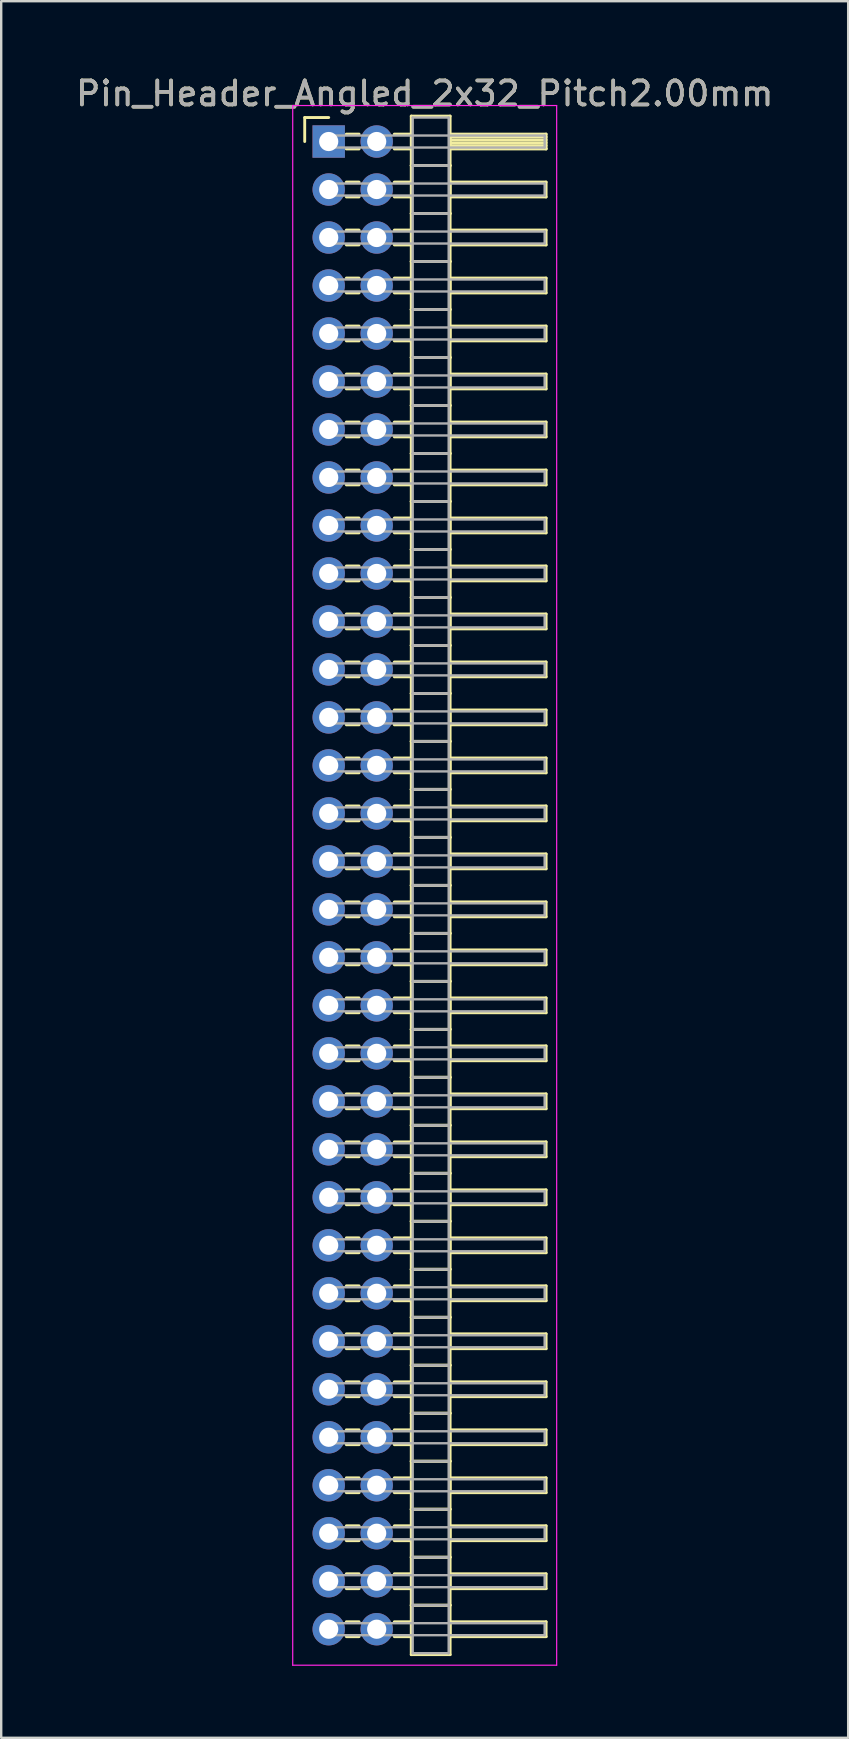
<source format=kicad_pcb>
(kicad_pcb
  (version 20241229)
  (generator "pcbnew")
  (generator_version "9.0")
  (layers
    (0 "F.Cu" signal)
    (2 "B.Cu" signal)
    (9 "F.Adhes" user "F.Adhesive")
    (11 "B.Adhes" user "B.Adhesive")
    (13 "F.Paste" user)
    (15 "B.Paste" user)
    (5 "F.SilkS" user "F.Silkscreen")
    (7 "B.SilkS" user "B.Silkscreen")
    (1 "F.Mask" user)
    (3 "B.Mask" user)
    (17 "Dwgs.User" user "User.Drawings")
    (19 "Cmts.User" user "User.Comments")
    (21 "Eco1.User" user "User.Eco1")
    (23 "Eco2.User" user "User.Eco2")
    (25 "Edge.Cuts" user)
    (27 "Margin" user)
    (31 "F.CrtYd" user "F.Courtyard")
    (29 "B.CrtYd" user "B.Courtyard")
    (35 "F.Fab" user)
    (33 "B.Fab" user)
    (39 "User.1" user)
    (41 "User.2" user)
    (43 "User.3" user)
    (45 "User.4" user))
  (footprint "Pin_Header_Angled_2x32_Pitch2.00mm"
    (layer "F.Cu")
    (at 10.649 2.848)
    (property "Reference" "Pin_Header_Angled_2x32_Pitch2.00mm" (at 4 -2 0) (layer "F.SilkS") (effects (font (size 1 1) (thickness 0.15))))
    (attr through_hole)
    (fp_line (start -1 -1) (end 0 -1) (stroke (width 0.12) (type solid)) (layer "F.SilkS"))
    (fp_line (start -1 0) (end -1 -1) (stroke (width 0.12) (type solid)) (layer "F.SilkS"))
    (fp_line (start 0.735 -0.31) (end 1.265 -0.31) (stroke (width 0.12) (type solid)) (layer "F.SilkS"))
    (fp_line (start 0.735 0.31) (end 1.265 0.31) (stroke (width 0.12) (type solid)) (layer "F.SilkS"))
    (fp_line (start 0.735 1.69) (end 1.265 1.69) (stroke (width 0.12) (type solid)) (layer "F.SilkS"))
    (fp_line (start 0.735 2.31) (end 1.265 2.31) (stroke (width 0.12) (type solid)) (layer "F.SilkS"))
    (fp_line (start 0.735 3.69) (end 1.265 3.69) (stroke (width 0.12) (type solid)) (layer "F.SilkS"))
    (fp_line (start 0.735 4.31) (end 1.265 4.31) (stroke (width 0.12) (type solid)) (layer "F.SilkS"))
    (fp_line (start 0.735 5.69) (end 1.265 5.69) (stroke (width 0.12) (type solid)) (layer "F.SilkS"))
    (fp_line (start 0.735 6.31) (end 1.265 6.31) (stroke (width 0.12) (type solid)) (layer "F.SilkS"))
    (fp_line (start 0.735 7.69) (end 1.265 7.69) (stroke (width 0.12) (type solid)) (layer "F.SilkS"))
    (fp_line (start 0.735 8.31) (end 1.265 8.31) (stroke (width 0.12) (type solid)) (layer "F.SilkS"))
    (fp_line (start 0.735 9.69) (end 1.265 9.69) (stroke (width 0.12) (type solid)) (layer "F.SilkS"))
    (fp_line (start 0.735 10.31) (end 1.265 10.31) (stroke (width 0.12) (type solid)) (layer "F.SilkS"))
    (fp_line (start 0.735 11.69) (end 1.265 11.69) (stroke (width 0.12) (type solid)) (layer "F.SilkS"))
    (fp_line (start 0.735 12.31) (end 1.265 12.31) (stroke (width 0.12) (type solid)) (layer "F.SilkS"))
    (fp_line (start 0.735 13.69) (end 1.265 13.69) (stroke (width 0.12) (type solid)) (layer "F.SilkS"))
    (fp_line (start 0.735 14.31) (end 1.265 14.31) (stroke (width 0.12) (type solid)) (layer "F.SilkS"))
    (fp_line (start 0.735 15.69) (end 1.265 15.69) (stroke (width 0.12) (type solid)) (layer "F.SilkS"))
    (fp_line (start 0.735 16.31) (end 1.265 16.31) (stroke (width 0.12) (type solid)) (layer "F.SilkS"))
    (fp_line (start 0.735 17.69) (end 1.265 17.69) (stroke (width 0.12) (type solid)) (layer "F.SilkS"))
    (fp_line (start 0.735 18.31) (end 1.265 18.31) (stroke (width 0.12) (type solid)) (layer "F.SilkS"))
    (fp_line (start 0.735 19.69) (end 1.265 19.69) (stroke (width 0.12) (type solid)) (layer "F.SilkS"))
    (fp_line (start 0.735 20.31) (end 1.265 20.31) (stroke (width 0.12) (type solid)) (layer "F.SilkS"))
    (fp_line (start 0.735 21.69) (end 1.265 21.69) (stroke (width 0.12) (type solid)) (layer "F.SilkS"))
    (fp_line (start 0.735 22.31) (end 1.265 22.31) (stroke (width 0.12) (type solid)) (layer "F.SilkS"))
    (fp_line (start 0.735 23.69) (end 1.265 23.69) (stroke (width 0.12) (type solid)) (layer "F.SilkS"))
    (fp_line (start 0.735 24.31) (end 1.265 24.31) (stroke (width 0.12) (type solid)) (layer "F.SilkS"))
    (fp_line (start 0.735 25.69) (end 1.265 25.69) (stroke (width 0.12) (type solid)) (layer "F.SilkS"))
    (fp_line (start 0.735 26.31) (end 1.265 26.31) (stroke (width 0.12) (type solid)) (layer "F.SilkS"))
    (fp_line (start 0.735 27.69) (end 1.265 27.69) (stroke (width 0.12) (type solid)) (layer "F.SilkS"))
    (fp_line (start 0.735 28.31) (end 1.265 28.31) (stroke (width 0.12) (type solid)) (layer "F.SilkS"))
    (fp_line (start 0.735 29.69) (end 1.265 29.69) (stroke (width 0.12) (type solid)) (layer "F.SilkS"))
    (fp_line (start 0.735 30.31) (end 1.265 30.31) (stroke (width 0.12) (type solid)) (layer "F.SilkS"))
    (fp_line (start 0.735 31.69) (end 1.265 31.69) (stroke (width 0.12) (type solid)) (layer "F.SilkS"))
    (fp_line (start 0.735 32.31) (end 1.265 32.31) (stroke (width 0.12) (type solid)) (layer "F.SilkS"))
    (fp_line (start 0.735 33.69) (end 1.265 33.69) (stroke (width 0.12) (type solid)) (layer "F.SilkS"))
    (fp_line (start 0.735 34.31) (end 1.265 34.31) (stroke (width 0.12) (type solid)) (layer "F.SilkS"))
    (fp_line (start 0.735 35.69) (end 1.265 35.69) (stroke (width 0.12) (type solid)) (layer "F.SilkS"))
    (fp_line (start 0.735 36.31) (end 1.265 36.31) (stroke (width 0.12) (type solid)) (layer "F.SilkS"))
    (fp_line (start 0.735 37.69) (end 1.265 37.69) (stroke (width 0.12) (type solid)) (layer "F.SilkS"))
    (fp_line (start 0.735 38.31) (end 1.265 38.31) (stroke (width 0.12) (type solid)) (layer "F.SilkS"))
    (fp_line (start 0.735 39.69) (end 1.265 39.69) (stroke (width 0.12) (type solid)) (layer "F.SilkS"))
    (fp_line (start 0.735 40.31) (end 1.265 40.31) (stroke (width 0.12) (type solid)) (layer "F.SilkS"))
    (fp_line (start 0.735 41.69) (end 1.265 41.69) (stroke (width 0.12) (type solid)) (layer "F.SilkS"))
    (fp_line (start 0.735 42.31) (end 1.265 42.31) (stroke (width 0.12) (type solid)) (layer "F.SilkS"))
    (fp_line (start 0.735 43.69) (end 1.265 43.69) (stroke (width 0.12) (type solid)) (layer "F.SilkS"))
    (fp_line (start 0.735 44.31) (end 1.265 44.31) (stroke (width 0.12) (type solid)) (layer "F.SilkS"))
    (fp_line (start 0.735 45.69) (end 1.265 45.69) (stroke (width 0.12) (type solid)) (layer "F.SilkS"))
    (fp_line (start 0.735 46.31) (end 1.265 46.31) (stroke (width 0.12) (type solid)) (layer "F.SilkS"))
    (fp_line (start 0.735 47.69) (end 1.265 47.69) (stroke (width 0.12) (type solid)) (layer "F.SilkS"))
    (fp_line (start 0.735 48.31) (end 1.265 48.31) (stroke (width 0.12) (type solid)) (layer "F.SilkS"))
    (fp_line (start 0.735 49.69) (end 1.265 49.69) (stroke (width 0.12) (type solid)) (layer "F.SilkS"))
    (fp_line (start 0.735 50.31) (end 1.265 50.31) (stroke (width 0.12) (type solid)) (layer "F.SilkS"))
    (fp_line (start 0.735 51.69) (end 1.265 51.69) (stroke (width 0.12) (type solid)) (layer "F.SilkS"))
    (fp_line (start 0.735 52.31) (end 1.265 52.31) (stroke (width 0.12) (type solid)) (layer "F.SilkS"))
    (fp_line (start 0.735 53.69) (end 1.265 53.69) (stroke (width 0.12) (type solid)) (layer "F.SilkS"))
    (fp_line (start 0.735 54.31) (end 1.265 54.31) (stroke (width 0.12) (type solid)) (layer "F.SilkS"))
    (fp_line (start 0.735 55.69) (end 1.265 55.69) (stroke (width 0.12) (type solid)) (layer "F.SilkS"))
    (fp_line (start 0.735 56.31) (end 1.265 56.31) (stroke (width 0.12) (type solid)) (layer "F.SilkS"))
    (fp_line (start 0.735 57.69) (end 1.265 57.69) (stroke (width 0.12) (type solid)) (layer "F.SilkS"))
    (fp_line (start 0.735 58.31) (end 1.265 58.31) (stroke (width 0.12) (type solid)) (layer "F.SilkS"))
    (fp_line (start 0.735 59.69) (end 1.265 59.69) (stroke (width 0.12) (type solid)) (layer "F.SilkS"))
    (fp_line (start 0.735 60.31) (end 1.265 60.31) (stroke (width 0.12) (type solid)) (layer "F.SilkS"))
    (fp_line (start 0.735 61.69) (end 1.265 61.69) (stroke (width 0.12) (type solid)) (layer "F.SilkS"))
    (fp_line (start 0.735 62.31) (end 1.265 62.31) (stroke (width 0.12) (type solid)) (layer "F.SilkS"))
    (fp_line (start 2.735 -0.31) (end 3.44 -0.31) (stroke (width 0.12) (type solid)) (layer "F.SilkS"))
    (fp_line (start 2.735 0.31) (end 3.44 0.31) (stroke (width 0.12) (type solid)) (layer "F.SilkS"))
    (fp_line (start 2.735 1.69) (end 3.44 1.69) (stroke (width 0.12) (type solid)) (layer "F.SilkS"))
    (fp_line (start 2.735 2.31) (end 3.44 2.31) (stroke (width 0.12) (type solid)) (layer "F.SilkS"))
    (fp_line (start 2.735 3.69) (end 3.44 3.69) (stroke (width 0.12) (type solid)) (layer "F.SilkS"))
    (fp_line (start 2.735 4.31) (end 3.44 4.31) (stroke (width 0.12) (type solid)) (layer "F.SilkS"))
    (fp_line (start 2.735 5.69) (end 3.44 5.69) (stroke (width 0.12) (type solid)) (layer "F.SilkS"))
    (fp_line (start 2.735 6.31) (end 3.44 6.31) (stroke (width 0.12) (type solid)) (layer "F.SilkS"))
    (fp_line (start 2.735 7.69) (end 3.44 7.69) (stroke (width 0.12) (type solid)) (layer "F.SilkS"))
    (fp_line (start 2.735 8.31) (end 3.44 8.31) (stroke (width 0.12) (type solid)) (layer "F.SilkS"))
    (fp_line (start 2.735 9.69) (end 3.44 9.69) (stroke (width 0.12) (type solid)) (layer "F.SilkS"))
    (fp_line (start 2.735 10.31) (end 3.44 10.31) (stroke (width 0.12) (type solid)) (layer "F.SilkS"))
    (fp_line (start 2.735 11.69) (end 3.44 11.69) (stroke (width 0.12) (type solid)) (layer "F.SilkS"))
    (fp_line (start 2.735 12.31) (end 3.44 12.31) (stroke (width 0.12) (type solid)) (layer "F.SilkS"))
    (fp_line (start 2.735 13.69) (end 3.44 13.69) (stroke (width 0.12) (type solid)) (layer "F.SilkS"))
    (fp_line (start 2.735 14.31) (end 3.44 14.31) (stroke (width 0.12) (type solid)) (layer "F.SilkS"))
    (fp_line (start 2.735 15.69) (end 3.44 15.69) (stroke (width 0.12) (type solid)) (layer "F.SilkS"))
    (fp_line (start 2.735 16.31) (end 3.44 16.31) (stroke (width 0.12) (type solid)) (layer "F.SilkS"))
    (fp_line (start 2.735 17.69) (end 3.44 17.69) (stroke (width 0.12) (type solid)) (layer "F.SilkS"))
    (fp_line (start 2.735 18.31) (end 3.44 18.31) (stroke (width 0.12) (type solid)) (layer "F.SilkS"))
    (fp_line (start 2.735 19.69) (end 3.44 19.69) (stroke (width 0.12) (type solid)) (layer "F.SilkS"))
    (fp_line (start 2.735 20.31) (end 3.44 20.31) (stroke (width 0.12) (type solid)) (layer "F.SilkS"))
    (fp_line (start 2.735 21.69) (end 3.44 21.69) (stroke (width 0.12) (type solid)) (layer "F.SilkS"))
    (fp_line (start 2.735 22.31) (end 3.44 22.31) (stroke (width 0.12) (type solid)) (layer "F.SilkS"))
    (fp_line (start 2.735 23.69) (end 3.44 23.69) (stroke (width 0.12) (type solid)) (layer "F.SilkS"))
    (fp_line (start 2.735 24.31) (end 3.44 24.31) (stroke (width 0.12) (type solid)) (layer "F.SilkS"))
    (fp_line (start 2.735 25.69) (end 3.44 25.69) (stroke (width 0.12) (type solid)) (layer "F.SilkS"))
    (fp_line (start 2.735 26.31) (end 3.44 26.31) (stroke (width 0.12) (type solid)) (layer "F.SilkS"))
    (fp_line (start 2.735 27.69) (end 3.44 27.69) (stroke (width 0.12) (type solid)) (layer "F.SilkS"))
    (fp_line (start 2.735 28.31) (end 3.44 28.31) (stroke (width 0.12) (type solid)) (layer "F.SilkS"))
    (fp_line (start 2.735 29.69) (end 3.44 29.69) (stroke (width 0.12) (type solid)) (layer "F.SilkS"))
    (fp_line (start 2.735 30.31) (end 3.44 30.31) (stroke (width 0.12) (type solid)) (layer "F.SilkS"))
    (fp_line (start 2.735 31.69) (end 3.44 31.69) (stroke (width 0.12) (type solid)) (layer "F.SilkS"))
    (fp_line (start 2.735 32.31) (end 3.44 32.31) (stroke (width 0.12) (type solid)) (layer "F.SilkS"))
    (fp_line (start 2.735 33.69) (end 3.44 33.69) (stroke (width 0.12) (type solid)) (layer "F.SilkS"))
    (fp_line (start 2.735 34.31) (end 3.44 34.31) (stroke (width 0.12) (type solid)) (layer "F.SilkS"))
    (fp_line (start 2.735 35.69) (end 3.44 35.69) (stroke (width 0.12) (type solid)) (layer "F.SilkS"))
    (fp_line (start 2.735 36.31) (end 3.44 36.31) (stroke (width 0.12) (type solid)) (layer "F.SilkS"))
    (fp_line (start 2.735 37.69) (end 3.44 37.69) (stroke (width 0.12) (type solid)) (layer "F.SilkS"))
    (fp_line (start 2.735 38.31) (end 3.44 38.31) (stroke (width 0.12) (type solid)) (layer "F.SilkS"))
    (fp_line (start 2.735 39.69) (end 3.44 39.69) (stroke (width 0.12) (type solid)) (layer "F.SilkS"))
    (fp_line (start 2.735 40.31) (end 3.44 40.31) (stroke (width 0.12) (type solid)) (layer "F.SilkS"))
    (fp_line (start 2.735 41.69) (end 3.44 41.69) (stroke (width 0.12) (type solid)) (layer "F.SilkS"))
    (fp_line (start 2.735 42.31) (end 3.44 42.31) (stroke (width 0.12) (type solid)) (layer "F.SilkS"))
    (fp_line (start 2.735 43.69) (end 3.44 43.69) (stroke (width 0.12) (type solid)) (layer "F.SilkS"))
    (fp_line (start 2.735 44.31) (end 3.44 44.31) (stroke (width 0.12) (type solid)) (layer "F.SilkS"))
    (fp_line (start 2.735 45.69) (end 3.44 45.69) (stroke (width 0.12) (type solid)) (layer "F.SilkS"))
    (fp_line (start 2.735 46.31) (end 3.44 46.31) (stroke (width 0.12) (type solid)) (layer "F.SilkS"))
    (fp_line (start 2.735 47.69) (end 3.44 47.69) (stroke (width 0.12) (type solid)) (layer "F.SilkS"))
    (fp_line (start 2.735 48.31) (end 3.44 48.31) (stroke (width 0.12) (type solid)) (layer "F.SilkS"))
    (fp_line (start 2.735 49.69) (end 3.44 49.69) (stroke (width 0.12) (type solid)) (layer "F.SilkS"))
    (fp_line (start 2.735 50.31) (end 3.44 50.31) (stroke (width 0.12) (type solid)) (layer "F.SilkS"))
    (fp_line (start 2.735 51.69) (end 3.44 51.69) (stroke (width 0.12) (type solid)) (layer "F.SilkS"))
    (fp_line (start 2.735 52.31) (end 3.44 52.31) (stroke (width 0.12) (type solid)) (layer "F.SilkS"))
    (fp_line (start 2.735 53.69) (end 3.44 53.69) (stroke (width 0.12) (type solid)) (layer "F.SilkS"))
    (fp_line (start 2.735 54.31) (end 3.44 54.31) (stroke (width 0.12) (type solid)) (layer "F.SilkS"))
    (fp_line (start 2.735 55.69) (end 3.44 55.69) (stroke (width 0.12) (type solid)) (layer "F.SilkS"))
    (fp_line (start 2.735 56.31) (end 3.44 56.31) (stroke (width 0.12) (type solid)) (layer "F.SilkS"))
    (fp_line (start 2.735 57.69) (end 3.44 57.69) (stroke (width 0.12) (type solid)) (layer "F.SilkS"))
    (fp_line (start 2.735 58.31) (end 3.44 58.31) (stroke (width 0.12) (type solid)) (layer "F.SilkS"))
    (fp_line (start 2.735 59.69) (end 3.44 59.69) (stroke (width 0.12) (type solid)) (layer "F.SilkS"))
    (fp_line (start 2.735 60.31) (end 3.44 60.31) (stroke (width 0.12) (type solid)) (layer "F.SilkS"))
    (fp_line (start 2.735 61.69) (end 3.44 61.69) (stroke (width 0.12) (type solid)) (layer "F.SilkS"))
    (fp_line (start 2.735 62.31) (end 3.44 62.31) (stroke (width 0.12) (type solid)) (layer "F.SilkS"))
    (fp_line (start 3.44 -1.06) (end 3.44 1) (stroke (width 0.12) (type solid)) (layer "F.SilkS"))
    (fp_line (start 3.44 1) (end 3.44 3) (stroke (width 0.12) (type solid)) (layer "F.SilkS"))
    (fp_line (start 3.44 1) (end 5.06 1) (stroke (width 0.12) (type solid)) (layer "F.SilkS"))
    (fp_line (start 3.44 3) (end 3.44 5) (stroke (width 0.12) (type solid)) (layer "F.SilkS"))
    (fp_line (start 3.44 3) (end 5.06 3) (stroke (width 0.12) (type solid)) (layer "F.SilkS"))
    (fp_line (start 3.44 5) (end 3.44 7) (stroke (width 0.12) (type solid)) (layer "F.SilkS"))
    (fp_line (start 3.44 5) (end 5.06 5) (stroke (width 0.12) (type solid)) (layer "F.SilkS"))
    (fp_line (start 3.44 7) (end 3.44 9) (stroke (width 0.12) (type solid)) (layer "F.SilkS"))
    (fp_line (start 3.44 7) (end 5.06 7) (stroke (width 0.12) (type solid)) (layer "F.SilkS"))
    (fp_line (start 3.44 9) (end 3.44 11) (stroke (width 0.12) (type solid)) (layer "F.SilkS"))
    (fp_line (start 3.44 9) (end 5.06 9) (stroke (width 0.12) (type solid)) (layer "F.SilkS"))
    (fp_line (start 3.44 11) (end 3.44 13) (stroke (width 0.12) (type solid)) (layer "F.SilkS"))
    (fp_line (start 3.44 11) (end 5.06 11) (stroke (width 0.12) (type solid)) (layer "F.SilkS"))
    (fp_line (start 3.44 13) (end 3.44 15) (stroke (width 0.12) (type solid)) (layer "F.SilkS"))
    (fp_line (start 3.44 13) (end 5.06 13) (stroke (width 0.12) (type solid)) (layer "F.SilkS"))
    (fp_line (start 3.44 15) (end 3.44 17) (stroke (width 0.12) (type solid)) (layer "F.SilkS"))
    (fp_line (start 3.44 15) (end 5.06 15) (stroke (width 0.12) (type solid)) (layer "F.SilkS"))
    (fp_line (start 3.44 17) (end 3.44 19) (stroke (width 0.12) (type solid)) (layer "F.SilkS"))
    (fp_line (start 3.44 17) (end 5.06 17) (stroke (width 0.12) (type solid)) (layer "F.SilkS"))
    (fp_line (start 3.44 19) (end 3.44 21) (stroke (width 0.12) (type solid)) (layer "F.SilkS"))
    (fp_line (start 3.44 19) (end 5.06 19) (stroke (width 0.12) (type solid)) (layer "F.SilkS"))
    (fp_line (start 3.44 21) (end 3.44 23) (stroke (width 0.12) (type solid)) (layer "F.SilkS"))
    (fp_line (start 3.44 21) (end 5.06 21) (stroke (width 0.12) (type solid)) (layer "F.SilkS"))
    (fp_line (start 3.44 23) (end 3.44 25) (stroke (width 0.12) (type solid)) (layer "F.SilkS"))
    (fp_line (start 3.44 23) (end 5.06 23) (stroke (width 0.12) (type solid)) (layer "F.SilkS"))
    (fp_line (start 3.44 25) (end 3.44 27) (stroke (width 0.12) (type solid)) (layer "F.SilkS"))
    (fp_line (start 3.44 25) (end 5.06 25) (stroke (width 0.12) (type solid)) (layer "F.SilkS"))
    (fp_line (start 3.44 27) (end 3.44 29) (stroke (width 0.12) (type solid)) (layer "F.SilkS"))
    (fp_line (start 3.44 27) (end 5.06 27) (stroke (width 0.12) (type solid)) (layer "F.SilkS"))
    (fp_line (start 3.44 29) (end 3.44 31) (stroke (width 0.12) (type solid)) (layer "F.SilkS"))
    (fp_line (start 3.44 29) (end 5.06 29) (stroke (width 0.12) (type solid)) (layer "F.SilkS"))
    (fp_line (start 3.44 31) (end 3.44 33) (stroke (width 0.12) (type solid)) (layer "F.SilkS"))
    (fp_line (start 3.44 31) (end 5.06 31) (stroke (width 0.12) (type solid)) (layer "F.SilkS"))
    (fp_line (start 3.44 33) (end 3.44 35) (stroke (width 0.12) (type solid)) (layer "F.SilkS"))
    (fp_line (start 3.44 33) (end 5.06 33) (stroke (width 0.12) (type solid)) (layer "F.SilkS"))
    (fp_line (start 3.44 35) (end 3.44 37) (stroke (width 0.12) (type solid)) (layer "F.SilkS"))
    (fp_line (start 3.44 35) (end 5.06 35) (stroke (width 0.12) (type solid)) (layer "F.SilkS"))
    (fp_line (start 3.44 37) (end 3.44 39) (stroke (width 0.12) (type solid)) (layer "F.SilkS"))
    (fp_line (start 3.44 37) (end 5.06 37) (stroke (width 0.12) (type solid)) (layer "F.SilkS"))
    (fp_line (start 3.44 39) (end 3.44 41) (stroke (width 0.12) (type solid)) (layer "F.SilkS"))
    (fp_line (start 3.44 39) (end 5.06 39) (stroke (width 0.12) (type solid)) (layer "F.SilkS"))
    (fp_line (start 3.44 41) (end 3.44 43) (stroke (width 0.12) (type solid)) (layer "F.SilkS"))
    (fp_line (start 3.44 41) (end 5.06 41) (stroke (width 0.12) (type solid)) (layer "F.SilkS"))
    (fp_line (start 3.44 43) (end 3.44 45) (stroke (width 0.12) (type solid)) (layer "F.SilkS"))
    (fp_line (start 3.44 43) (end 5.06 43) (stroke (width 0.12) (type solid)) (layer "F.SilkS"))
    (fp_line (start 3.44 45) (end 3.44 47) (stroke (width 0.12) (type solid)) (layer "F.SilkS"))
    (fp_line (start 3.44 45) (end 5.06 45) (stroke (width 0.12) (type solid)) (layer "F.SilkS"))
    (fp_line (start 3.44 47) (end 3.44 49) (stroke (width 0.12) (type solid)) (layer "F.SilkS"))
    (fp_line (start 3.44 47) (end 5.06 47) (stroke (width 0.12) (type solid)) (layer "F.SilkS"))
    (fp_line (start 3.44 49) (end 3.44 51) (stroke (width 0.12) (type solid)) (layer "F.SilkS"))
    (fp_line (start 3.44 49) (end 5.06 49) (stroke (width 0.12) (type solid)) (layer "F.SilkS"))
    (fp_line (start 3.44 51) (end 3.44 53) (stroke (width 0.12) (type solid)) (layer "F.SilkS"))
    (fp_line (start 3.44 51) (end 5.06 51) (stroke (width 0.12) (type solid)) (layer "F.SilkS"))
    (fp_line (start 3.44 53) (end 3.44 55) (stroke (width 0.12) (type solid)) (layer "F.SilkS"))
    (fp_line (start 3.44 53) (end 5.06 53) (stroke (width 0.12) (type solid)) (layer "F.SilkS"))
    (fp_line (start 3.44 55) (end 3.44 57) (stroke (width 0.12) (type solid)) (layer "F.SilkS"))
    (fp_line (start 3.44 55) (end 5.06 55) (stroke (width 0.12) (type solid)) (layer "F.SilkS"))
    (fp_line (start 3.44 57) (end 3.44 59) (stroke (width 0.12) (type solid)) (layer "F.SilkS"))
    (fp_line (start 3.44 57) (end 5.06 57) (stroke (width 0.12) (type solid)) (layer "F.SilkS"))
    (fp_line (start 3.44 59) (end 3.44 61) (stroke (width 0.12) (type solid)) (layer "F.SilkS"))
    (fp_line (start 3.44 59) (end 5.06 59) (stroke (width 0.12) (type solid)) (layer "F.SilkS"))
    (fp_line (start 3.44 61) (end 3.44 63.06) (stroke (width 0.12) (type solid)) (layer "F.SilkS"))
    (fp_line (start 3.44 61) (end 5.06 61) (stroke (width 0.12) (type solid)) (layer "F.SilkS"))
    (fp_line (start 3.44 63.06) (end 5.06 63.06) (stroke (width 0.12) (type solid)) (layer "F.SilkS"))
    (fp_line (start 5.06 -1.06) (end 3.44 -1.06) (stroke (width 0.12) (type solid)) (layer "F.SilkS"))
    (fp_line (start 5.06 -0.31) (end 5.06 0.31) (stroke (width 0.12) (type solid)) (layer "F.SilkS"))
    (fp_line (start 5.06 -0.19) (end 9.06 -0.19) (stroke (width 0.12) (type solid)) (layer "F.SilkS"))
    (fp_line (start 5.06 -0.07) (end 9.06 -0.07) (stroke (width 0.12) (type solid)) (layer "F.SilkS"))
    (fp_line (start 5.06 0.05) (end 9.06 0.05) (stroke (width 0.12) (type solid)) (layer "F.SilkS"))
    (fp_line (start 5.06 0.17) (end 9.06 0.17) (stroke (width 0.12) (type solid)) (layer "F.SilkS"))
    (fp_line (start 5.06 0.29) (end 9.06 0.29) (stroke (width 0.12) (type solid)) (layer "F.SilkS"))
    (fp_line (start 5.06 0.31) (end 9.06 0.31) (stroke (width 0.12) (type solid)) (layer "F.SilkS"))
    (fp_line (start 5.06 1) (end 3.44 1) (stroke (width 0.12) (type solid)) (layer "F.SilkS"))
    (fp_line (start 5.06 1) (end 5.06 -1.06) (stroke (width 0.12) (type solid)) (layer "F.SilkS"))
    (fp_line (start 5.06 1.69) (end 5.06 2.31) (stroke (width 0.12) (type solid)) (layer "F.SilkS"))
    (fp_line (start 5.06 2.31) (end 9.06 2.31) (stroke (width 0.12) (type solid)) (layer "F.SilkS"))
    (fp_line (start 5.06 3) (end 3.44 3) (stroke (width 0.12) (type solid)) (layer "F.SilkS"))
    (fp_line (start 5.06 3) (end 5.06 1) (stroke (width 0.12) (type solid)) (layer "F.SilkS"))
    (fp_line (start 5.06 3.69) (end 5.06 4.31) (stroke (width 0.12) (type solid)) (layer "F.SilkS"))
    (fp_line (start 5.06 4.31) (end 9.06 4.31) (stroke (width 0.12) (type solid)) (layer "F.SilkS"))
    (fp_line (start 5.06 5) (end 3.44 5) (stroke (width 0.12) (type solid)) (layer "F.SilkS"))
    (fp_line (start 5.06 5) (end 5.06 3) (stroke (width 0.12) (type solid)) (layer "F.SilkS"))
    (fp_line (start 5.06 5.69) (end 5.06 6.31) (stroke (width 0.12) (type solid)) (layer "F.SilkS"))
    (fp_line (start 5.06 6.31) (end 9.06 6.31) (stroke (width 0.12) (type solid)) (layer "F.SilkS"))
    (fp_line (start 5.06 7) (end 3.44 7) (stroke (width 0.12) (type solid)) (layer "F.SilkS"))
    (fp_line (start 5.06 7) (end 5.06 5) (stroke (width 0.12) (type solid)) (layer "F.SilkS"))
    (fp_line (start 5.06 7.69) (end 5.06 8.31) (stroke (width 0.12) (type solid)) (layer "F.SilkS"))
    (fp_line (start 5.06 8.31) (end 9.06 8.31) (stroke (width 0.12) (type solid)) (layer "F.SilkS"))
    (fp_line (start 5.06 9) (end 3.44 9) (stroke (width 0.12) (type solid)) (layer "F.SilkS"))
    (fp_line (start 5.06 9) (end 5.06 7) (stroke (width 0.12) (type solid)) (layer "F.SilkS"))
    (fp_line (start 5.06 9.69) (end 5.06 10.31) (stroke (width 0.12) (type solid)) (layer "F.SilkS"))
    (fp_line (start 5.06 10.31) (end 9.06 10.31) (stroke (width 0.12) (type solid)) (layer "F.SilkS"))
    (fp_line (start 5.06 11) (end 3.44 11) (stroke (width 0.12) (type solid)) (layer "F.SilkS"))
    (fp_line (start 5.06 11) (end 5.06 9) (stroke (width 0.12) (type solid)) (layer "F.SilkS"))
    (fp_line (start 5.06 11.69) (end 5.06 12.31) (stroke (width 0.12) (type solid)) (layer "F.SilkS"))
    (fp_line (start 5.06 12.31) (end 9.06 12.31) (stroke (width 0.12) (type solid)) (layer "F.SilkS"))
    (fp_line (start 5.06 13) (end 3.44 13) (stroke (width 0.12) (type solid)) (layer "F.SilkS"))
    (fp_line (start 5.06 13) (end 5.06 11) (stroke (width 0.12) (type solid)) (layer "F.SilkS"))
    (fp_line (start 5.06 13.69) (end 5.06 14.31) (stroke (width 0.12) (type solid)) (layer "F.SilkS"))
    (fp_line (start 5.06 14.31) (end 9.06 14.31) (stroke (width 0.12) (type solid)) (layer "F.SilkS"))
    (fp_line (start 5.06 15) (end 3.44 15) (stroke (width 0.12) (type solid)) (layer "F.SilkS"))
    (fp_line (start 5.06 15) (end 5.06 13) (stroke (width 0.12) (type solid)) (layer "F.SilkS"))
    (fp_line (start 5.06 15.69) (end 5.06 16.31) (stroke (width 0.12) (type solid)) (layer "F.SilkS"))
    (fp_line (start 5.06 16.31) (end 9.06 16.31) (stroke (width 0.12) (type solid)) (layer "F.SilkS"))
    (fp_line (start 5.06 17) (end 3.44 17) (stroke (width 0.12) (type solid)) (layer "F.SilkS"))
    (fp_line (start 5.06 17) (end 5.06 15) (stroke (width 0.12) (type solid)) (layer "F.SilkS"))
    (fp_line (start 5.06 17.69) (end 5.06 18.31) (stroke (width 0.12) (type solid)) (layer "F.SilkS"))
    (fp_line (start 5.06 18.31) (end 9.06 18.31) (stroke (width 0.12) (type solid)) (layer "F.SilkS"))
    (fp_line (start 5.06 19) (end 3.44 19) (stroke (width 0.12) (type solid)) (layer "F.SilkS"))
    (fp_line (start 5.06 19) (end 5.06 17) (stroke (width 0.12) (type solid)) (layer "F.SilkS"))
    (fp_line (start 5.06 19.69) (end 5.06 20.31) (stroke (width 0.12) (type solid)) (layer "F.SilkS"))
    (fp_line (start 5.06 20.31) (end 9.06 20.31) (stroke (width 0.12) (type solid)) (layer "F.SilkS"))
    (fp_line (start 5.06 21) (end 3.44 21) (stroke (width 0.12) (type solid)) (layer "F.SilkS"))
    (fp_line (start 5.06 21) (end 5.06 19) (stroke (width 0.12) (type solid)) (layer "F.SilkS"))
    (fp_line (start 5.06 21.69) (end 5.06 22.31) (stroke (width 0.12) (type solid)) (layer "F.SilkS"))
    (fp_line (start 5.06 22.31) (end 9.06 22.31) (stroke (width 0.12) (type solid)) (layer "F.SilkS"))
    (fp_line (start 5.06 23) (end 3.44 23) (stroke (width 0.12) (type solid)) (layer "F.SilkS"))
    (fp_line (start 5.06 23) (end 5.06 21) (stroke (width 0.12) (type solid)) (layer "F.SilkS"))
    (fp_line (start 5.06 23.69) (end 5.06 24.31) (stroke (width 0.12) (type solid)) (layer "F.SilkS"))
    (fp_line (start 5.06 24.31) (end 9.06 24.31) (stroke (width 0.12) (type solid)) (layer "F.SilkS"))
    (fp_line (start 5.06 25) (end 3.44 25) (stroke (width 0.12) (type solid)) (layer "F.SilkS"))
    (fp_line (start 5.06 25) (end 5.06 23) (stroke (width 0.12) (type solid)) (layer "F.SilkS"))
    (fp_line (start 5.06 25.69) (end 5.06 26.31) (stroke (width 0.12) (type solid)) (layer "F.SilkS"))
    (fp_line (start 5.06 26.31) (end 9.06 26.31) (stroke (width 0.12) (type solid)) (layer "F.SilkS"))
    (fp_line (start 5.06 27) (end 3.44 27) (stroke (width 0.12) (type solid)) (layer "F.SilkS"))
    (fp_line (start 5.06 27) (end 5.06 25) (stroke (width 0.12) (type solid)) (layer "F.SilkS"))
    (fp_line (start 5.06 27.69) (end 5.06 28.31) (stroke (width 0.12) (type solid)) (layer "F.SilkS"))
    (fp_line (start 5.06 28.31) (end 9.06 28.31) (stroke (width 0.12) (type solid)) (layer "F.SilkS"))
    (fp_line (start 5.06 29) (end 3.44 29) (stroke (width 0.12) (type solid)) (layer "F.SilkS"))
    (fp_line (start 5.06 29) (end 5.06 27) (stroke (width 0.12) (type solid)) (layer "F.SilkS"))
    (fp_line (start 5.06 29.69) (end 5.06 30.31) (stroke (width 0.12) (type solid)) (layer "F.SilkS"))
    (fp_line (start 5.06 30.31) (end 9.06 30.31) (stroke (width 0.12) (type solid)) (layer "F.SilkS"))
    (fp_line (start 5.06 31) (end 3.44 31) (stroke (width 0.12) (type solid)) (layer "F.SilkS"))
    (fp_line (start 5.06 31) (end 5.06 29) (stroke (width 0.12) (type solid)) (layer "F.SilkS"))
    (fp_line (start 5.06 31.69) (end 5.06 32.31) (stroke (width 0.12) (type solid)) (layer "F.SilkS"))
    (fp_line (start 5.06 32.31) (end 9.06 32.31) (stroke (width 0.12) (type solid)) (layer "F.SilkS"))
    (fp_line (start 5.06 33) (end 3.44 33) (stroke (width 0.12) (type solid)) (layer "F.SilkS"))
    (fp_line (start 5.06 33) (end 5.06 31) (stroke (width 0.12) (type solid)) (layer "F.SilkS"))
    (fp_line (start 5.06 33.69) (end 5.06 34.31) (stroke (width 0.12) (type solid)) (layer "F.SilkS"))
    (fp_line (start 5.06 34.31) (end 9.06 34.31) (stroke (width 0.12) (type solid)) (layer "F.SilkS"))
    (fp_line (start 5.06 35) (end 3.44 35) (stroke (width 0.12) (type solid)) (layer "F.SilkS"))
    (fp_line (start 5.06 35) (end 5.06 33) (stroke (width 0.12) (type solid)) (layer "F.SilkS"))
    (fp_line (start 5.06 35.69) (end 5.06 36.31) (stroke (width 0.12) (type solid)) (layer "F.SilkS"))
    (fp_line (start 5.06 36.31) (end 9.06 36.31) (stroke (width 0.12) (type solid)) (layer "F.SilkS"))
    (fp_line (start 5.06 37) (end 3.44 37) (stroke (width 0.12) (type solid)) (layer "F.SilkS"))
    (fp_line (start 5.06 37) (end 5.06 35) (stroke (width 0.12) (type solid)) (layer "F.SilkS"))
    (fp_line (start 5.06 37.69) (end 5.06 38.31) (stroke (width 0.12) (type solid)) (layer "F.SilkS"))
    (fp_line (start 5.06 38.31) (end 9.06 38.31) (stroke (width 0.12) (type solid)) (layer "F.SilkS"))
    (fp_line (start 5.06 39) (end 3.44 39) (stroke (width 0.12) (type solid)) (layer "F.SilkS"))
    (fp_line (start 5.06 39) (end 5.06 37) (stroke (width 0.12) (type solid)) (layer "F.SilkS"))
    (fp_line (start 5.06 39.69) (end 5.06 40.31) (stroke (width 0.12) (type solid)) (layer "F.SilkS"))
    (fp_line (start 5.06 40.31) (end 9.06 40.31) (stroke (width 0.12) (type solid)) (layer "F.SilkS"))
    (fp_line (start 5.06 41) (end 3.44 41) (stroke (width 0.12) (type solid)) (layer "F.SilkS"))
    (fp_line (start 5.06 41) (end 5.06 39) (stroke (width 0.12) (type solid)) (layer "F.SilkS"))
    (fp_line (start 5.06 41.69) (end 5.06 42.31) (stroke (width 0.12) (type solid)) (layer "F.SilkS"))
    (fp_line (start 5.06 42.31) (end 9.06 42.31) (stroke (width 0.12) (type solid)) (layer "F.SilkS"))
    (fp_line (start 5.06 43) (end 3.44 43) (stroke (width 0.12) (type solid)) (layer "F.SilkS"))
    (fp_line (start 5.06 43) (end 5.06 41) (stroke (width 0.12) (type solid)) (layer "F.SilkS"))
    (fp_line (start 5.06 43.69) (end 5.06 44.31) (stroke (width 0.12) (type solid)) (layer "F.SilkS"))
    (fp_line (start 5.06 44.31) (end 9.06 44.31) (stroke (width 0.12) (type solid)) (layer "F.SilkS"))
    (fp_line (start 5.06 45) (end 3.44 45) (stroke (width 0.12) (type solid)) (layer "F.SilkS"))
    (fp_line (start 5.06 45) (end 5.06 43) (stroke (width 0.12) (type solid)) (layer "F.SilkS"))
    (fp_line (start 5.06 45.69) (end 5.06 46.31) (stroke (width 0.12) (type solid)) (layer "F.SilkS"))
    (fp_line (start 5.06 46.31) (end 9.06 46.31) (stroke (width 0.12) (type solid)) (layer "F.SilkS"))
    (fp_line (start 5.06 47) (end 3.44 47) (stroke (width 0.12) (type solid)) (layer "F.SilkS"))
    (fp_line (start 5.06 47) (end 5.06 45) (stroke (width 0.12) (type solid)) (layer "F.SilkS"))
    (fp_line (start 5.06 47.69) (end 5.06 48.31) (stroke (width 0.12) (type solid)) (layer "F.SilkS"))
    (fp_line (start 5.06 48.31) (end 9.06 48.31) (stroke (width 0.12) (type solid)) (layer "F.SilkS"))
    (fp_line (start 5.06 49) (end 3.44 49) (stroke (width 0.12) (type solid)) (layer "F.SilkS"))
    (fp_line (start 5.06 49) (end 5.06 47) (stroke (width 0.12) (type solid)) (layer "F.SilkS"))
    (fp_line (start 5.06 49.69) (end 5.06 50.31) (stroke (width 0.12) (type solid)) (layer "F.SilkS"))
    (fp_line (start 5.06 50.31) (end 9.06 50.31) (stroke (width 0.12) (type solid)) (layer "F.SilkS"))
    (fp_line (start 5.06 51) (end 3.44 51) (stroke (width 0.12) (type solid)) (layer "F.SilkS"))
    (fp_line (start 5.06 51) (end 5.06 49) (stroke (width 0.12) (type solid)) (layer "F.SilkS"))
    (fp_line (start 5.06 51.69) (end 5.06 52.31) (stroke (width 0.12) (type solid)) (layer "F.SilkS"))
    (fp_line (start 5.06 52.31) (end 9.06 52.31) (stroke (width 0.12) (type solid)) (layer "F.SilkS"))
    (fp_line (start 5.06 53) (end 3.44 53) (stroke (width 0.12) (type solid)) (layer "F.SilkS"))
    (fp_line (start 5.06 53) (end 5.06 51) (stroke (width 0.12) (type solid)) (layer "F.SilkS"))
    (fp_line (start 5.06 53.69) (end 5.06 54.31) (stroke (width 0.12) (type solid)) (layer "F.SilkS"))
    (fp_line (start 5.06 54.31) (end 9.06 54.31) (stroke (width 0.12) (type solid)) (layer "F.SilkS"))
    (fp_line (start 5.06 55) (end 3.44 55) (stroke (width 0.12) (type solid)) (layer "F.SilkS"))
    (fp_line (start 5.06 55) (end 5.06 53) (stroke (width 0.12) (type solid)) (layer "F.SilkS"))
    (fp_line (start 5.06 55.69) (end 5.06 56.31) (stroke (width 0.12) (type solid)) (layer "F.SilkS"))
    (fp_line (start 5.06 56.31) (end 9.06 56.31) (stroke (width 0.12) (type solid)) (layer "F.SilkS"))
    (fp_line (start 5.06 57) (end 3.44 57) (stroke (width 0.12) (type solid)) (layer "F.SilkS"))
    (fp_line (start 5.06 57) (end 5.06 55) (stroke (width 0.12) (type solid)) (layer "F.SilkS"))
    (fp_line (start 5.06 57.69) (end 5.06 58.31) (stroke (width 0.12) (type solid)) (layer "F.SilkS"))
    (fp_line (start 5.06 58.31) (end 9.06 58.31) (stroke (width 0.12) (type solid)) (layer "F.SilkS"))
    (fp_line (start 5.06 59) (end 3.44 59) (stroke (width 0.12) (type solid)) (layer "F.SilkS"))
    (fp_line (start 5.06 59) (end 5.06 57) (stroke (width 0.12) (type solid)) (layer "F.SilkS"))
    (fp_line (start 5.06 59.69) (end 5.06 60.31) (stroke (width 0.12) (type solid)) (layer "F.SilkS"))
    (fp_line (start 5.06 60.31) (end 9.06 60.31) (stroke (width 0.12) (type solid)) (layer "F.SilkS"))
    (fp_line (start 5.06 61) (end 3.44 61) (stroke (width 0.12) (type solid)) (layer "F.SilkS"))
    (fp_line (start 5.06 61) (end 5.06 59) (stroke (width 0.12) (type solid)) (layer "F.SilkS"))
    (fp_line (start 5.06 61.69) (end 5.06 62.31) (stroke (width 0.12) (type solid)) (layer "F.SilkS"))
    (fp_line (start 5.06 62.31) (end 9.06 62.31) (stroke (width 0.12) (type solid)) (layer "F.SilkS"))
    (fp_line (start 5.06 63.06) (end 5.06 61) (stroke (width 0.12) (type solid)) (layer "F.SilkS"))
    (fp_line (start 9.06 -0.31) (end 5.06 -0.31) (stroke (width 0.12) (type solid)) (layer "F.SilkS"))
    (fp_line (start 9.06 0.31) (end 9.06 -0.31) (stroke (width 0.12) (type solid)) (layer "F.SilkS"))
    (fp_line (start 9.06 1.69) (end 5.06 1.69) (stroke (width 0.12) (type solid)) (layer "F.SilkS"))
    (fp_line (start 9.06 2.31) (end 9.06 1.69) (stroke (width 0.12) (type solid)) (layer "F.SilkS"))
    (fp_line (start 9.06 3.69) (end 5.06 3.69) (stroke (width 0.12) (type solid)) (layer "F.SilkS"))
    (fp_line (start 9.06 4.31) (end 9.06 3.69) (stroke (width 0.12) (type solid)) (layer "F.SilkS"))
    (fp_line (start 9.06 5.69) (end 5.06 5.69) (stroke (width 0.12) (type solid)) (layer "F.SilkS"))
    (fp_line (start 9.06 6.31) (end 9.06 5.69) (stroke (width 0.12) (type solid)) (layer "F.SilkS"))
    (fp_line (start 9.06 7.69) (end 5.06 7.69) (stroke (width 0.12) (type solid)) (layer "F.SilkS"))
    (fp_line (start 9.06 8.31) (end 9.06 7.69) (stroke (width 0.12) (type solid)) (layer "F.SilkS"))
    (fp_line (start 9.06 9.69) (end 5.06 9.69) (stroke (width 0.12) (type solid)) (layer "F.SilkS"))
    (fp_line (start 9.06 10.31) (end 9.06 9.69) (stroke (width 0.12) (type solid)) (layer "F.SilkS"))
    (fp_line (start 9.06 11.69) (end 5.06 11.69) (stroke (width 0.12) (type solid)) (layer "F.SilkS"))
    (fp_line (start 9.06 12.31) (end 9.06 11.69) (stroke (width 0.12) (type solid)) (layer "F.SilkS"))
    (fp_line (start 9.06 13.69) (end 5.06 13.69) (stroke (width 0.12) (type solid)) (layer "F.SilkS"))
    (fp_line (start 9.06 14.31) (end 9.06 13.69) (stroke (width 0.12) (type solid)) (layer "F.SilkS"))
    (fp_line (start 9.06 15.69) (end 5.06 15.69) (stroke (width 0.12) (type solid)) (layer "F.SilkS"))
    (fp_line (start 9.06 16.31) (end 9.06 15.69) (stroke (width 0.12) (type solid)) (layer "F.SilkS"))
    (fp_line (start 9.06 17.69) (end 5.06 17.69) (stroke (width 0.12) (type solid)) (layer "F.SilkS"))
    (fp_line (start 9.06 18.31) (end 9.06 17.69) (stroke (width 0.12) (type solid)) (layer "F.SilkS"))
    (fp_line (start 9.06 19.69) (end 5.06 19.69) (stroke (width 0.12) (type solid)) (layer "F.SilkS"))
    (fp_line (start 9.06 20.31) (end 9.06 19.69) (stroke (width 0.12) (type solid)) (layer "F.SilkS"))
    (fp_line (start 9.06 21.69) (end 5.06 21.69) (stroke (width 0.12) (type solid)) (layer "F.SilkS"))
    (fp_line (start 9.06 22.31) (end 9.06 21.69) (stroke (width 0.12) (type solid)) (layer "F.SilkS"))
    (fp_line (start 9.06 23.69) (end 5.06 23.69) (stroke (width 0.12) (type solid)) (layer "F.SilkS"))
    (fp_line (start 9.06 24.31) (end 9.06 23.69) (stroke (width 0.12) (type solid)) (layer "F.SilkS"))
    (fp_line (start 9.06 25.69) (end 5.06 25.69) (stroke (width 0.12) (type solid)) (layer "F.SilkS"))
    (fp_line (start 9.06 26.31) (end 9.06 25.69) (stroke (width 0.12) (type solid)) (layer "F.SilkS"))
    (fp_line (start 9.06 27.69) (end 5.06 27.69) (stroke (width 0.12) (type solid)) (layer "F.SilkS"))
    (fp_line (start 9.06 28.31) (end 9.06 27.69) (stroke (width 0.12) (type solid)) (layer "F.SilkS"))
    (fp_line (start 9.06 29.69) (end 5.06 29.69) (stroke (width 0.12) (type solid)) (layer "F.SilkS"))
    (fp_line (start 9.06 30.31) (end 9.06 29.69) (stroke (width 0.12) (type solid)) (layer "F.SilkS"))
    (fp_line (start 9.06 31.69) (end 5.06 31.69) (stroke (width 0.12) (type solid)) (layer "F.SilkS"))
    (fp_line (start 9.06 32.31) (end 9.06 31.69) (stroke (width 0.12) (type solid)) (layer "F.SilkS"))
    (fp_line (start 9.06 33.69) (end 5.06 33.69) (stroke (width 0.12) (type solid)) (layer "F.SilkS"))
    (fp_line (start 9.06 34.31) (end 9.06 33.69) (stroke (width 0.12) (type solid)) (layer "F.SilkS"))
    (fp_line (start 9.06 35.69) (end 5.06 35.69) (stroke (width 0.12) (type solid)) (layer "F.SilkS"))
    (fp_line (start 9.06 36.31) (end 9.06 35.69) (stroke (width 0.12) (type solid)) (layer "F.SilkS"))
    (fp_line (start 9.06 37.69) (end 5.06 37.69) (stroke (width 0.12) (type solid)) (layer "F.SilkS"))
    (fp_line (start 9.06 38.31) (end 9.06 37.69) (stroke (width 0.12) (type solid)) (layer "F.SilkS"))
    (fp_line (start 9.06 39.69) (end 5.06 39.69) (stroke (width 0.12) (type solid)) (layer "F.SilkS"))
    (fp_line (start 9.06 40.31) (end 9.06 39.69) (stroke (width 0.12) (type solid)) (layer "F.SilkS"))
    (fp_line (start 9.06 41.69) (end 5.06 41.69) (stroke (width 0.12) (type solid)) (layer "F.SilkS"))
    (fp_line (start 9.06 42.31) (end 9.06 41.69) (stroke (width 0.12) (type solid)) (layer "F.SilkS"))
    (fp_line (start 9.06 43.69) (end 5.06 43.69) (stroke (width 0.12) (type solid)) (layer "F.SilkS"))
    (fp_line (start 9.06 44.31) (end 9.06 43.69) (stroke (width 0.12) (type solid)) (layer "F.SilkS"))
    (fp_line (start 9.06 45.69) (end 5.06 45.69) (stroke (width 0.12) (type solid)) (layer "F.SilkS"))
    (fp_line (start 9.06 46.31) (end 9.06 45.69) (stroke (width 0.12) (type solid)) (layer "F.SilkS"))
    (fp_line (start 9.06 47.69) (end 5.06 47.69) (stroke (width 0.12) (type solid)) (layer "F.SilkS"))
    (fp_line (start 9.06 48.31) (end 9.06 47.69) (stroke (width 0.12) (type solid)) (layer "F.SilkS"))
    (fp_line (start 9.06 49.69) (end 5.06 49.69) (stroke (width 0.12) (type solid)) (layer "F.SilkS"))
    (fp_line (start 9.06 50.31) (end 9.06 49.69) (stroke (width 0.12) (type solid)) (layer "F.SilkS"))
    (fp_line (start 9.06 51.69) (end 5.06 51.69) (stroke (width 0.12) (type solid)) (layer "F.SilkS"))
    (fp_line (start 9.06 52.31) (end 9.06 51.69) (stroke (width 0.12) (type solid)) (layer "F.SilkS"))
    (fp_line (start 9.06 53.69) (end 5.06 53.69) (stroke (width 0.12) (type solid)) (layer "F.SilkS"))
    (fp_line (start 9.06 54.31) (end 9.06 53.69) (stroke (width 0.12) (type solid)) (layer "F.SilkS"))
    (fp_line (start 9.06 55.69) (end 5.06 55.69) (stroke (width 0.12) (type solid)) (layer "F.SilkS"))
    (fp_line (start 9.06 56.31) (end 9.06 55.69) (stroke (width 0.12) (type solid)) (layer "F.SilkS"))
    (fp_line (start 9.06 57.69) (end 5.06 57.69) (stroke (width 0.12) (type solid)) (layer "F.SilkS"))
    (fp_line (start 9.06 58.31) (end 9.06 57.69) (stroke (width 0.12) (type solid)) (layer "F.SilkS"))
    (fp_line (start 9.06 59.69) (end 5.06 59.69) (stroke (width 0.12) (type solid)) (layer "F.SilkS"))
    (fp_line (start 9.06 60.31) (end 9.06 59.69) (stroke (width 0.12) (type solid)) (layer "F.SilkS"))
    (fp_line (start 9.06 61.69) (end 5.06 61.69) (stroke (width 0.12) (type solid)) (layer "F.SilkS"))
    (fp_line (start 9.06 62.31) (end 9.06 61.69) (stroke (width 0.12) (type solid)) (layer "F.SilkS"))
    (fp_line (start -1.5 -1.5) (end -1.5 63.5) (stroke (width 0.05) (type solid)) (layer "F.CrtYd"))
    (fp_line (start -1.5 63.5) (end 9.5 63.5) (stroke (width 0.05) (type solid)) (layer "F.CrtYd"))
    (fp_line (start 9.5 -1.5) (end -1.5 -1.5) (stroke (width 0.05) (type solid)) (layer "F.CrtYd"))
    (fp_line (start 9.5 63.5) (end 9.5 -1.5) (stroke (width 0.05) (type solid)) (layer "F.CrtYd"))
    (fp_line (start 0 -0.25) (end 0 0.25) (stroke (width 0.1) (type solid)) (layer "F.Fab"))
    (fp_line (start 0 0.25) (end 9 0.25) (stroke (width 0.1) (type solid)) (layer "F.Fab"))
    (fp_line (start 0 1.75) (end 0 2.25) (stroke (width 0.1) (type solid)) (layer "F.Fab"))
    (fp_line (start 0 2.25) (end 9 2.25) (stroke (width 0.1) (type solid)) (layer "F.Fab"))
    (fp_line (start 0 3.75) (end 0 4.25) (stroke (width 0.1) (type solid)) (layer "F.Fab"))
    (fp_line (start 0 4.25) (end 9 4.25) (stroke (width 0.1) (type solid)) (layer "F.Fab"))
    (fp_line (start 0 5.75) (end 0 6.25) (stroke (width 0.1) (type solid)) (layer "F.Fab"))
    (fp_line (start 0 6.25) (end 9 6.25) (stroke (width 0.1) (type solid)) (layer "F.Fab"))
    (fp_line (start 0 7.75) (end 0 8.25) (stroke (width 0.1) (type solid)) (layer "F.Fab"))
    (fp_line (start 0 8.25) (end 9 8.25) (stroke (width 0.1) (type solid)) (layer "F.Fab"))
    (fp_line (start 0 9.75) (end 0 10.25) (stroke (width 0.1) (type solid)) (layer "F.Fab"))
    (fp_line (start 0 10.25) (end 9 10.25) (stroke (width 0.1) (type solid)) (layer "F.Fab"))
    (fp_line (start 0 11.75) (end 0 12.25) (stroke (width 0.1) (type solid)) (layer "F.Fab"))
    (fp_line (start 0 12.25) (end 9 12.25) (stroke (width 0.1) (type solid)) (layer "F.Fab"))
    (fp_line (start 0 13.75) (end 0 14.25) (stroke (width 0.1) (type solid)) (layer "F.Fab"))
    (fp_line (start 0 14.25) (end 9 14.25) (stroke (width 0.1) (type solid)) (layer "F.Fab"))
    (fp_line (start 0 15.75) (end 0 16.25) (stroke (width 0.1) (type solid)) (layer "F.Fab"))
    (fp_line (start 0 16.25) (end 9 16.25) (stroke (width 0.1) (type solid)) (layer "F.Fab"))
    (fp_line (start 0 17.75) (end 0 18.25) (stroke (width 0.1) (type solid)) (layer "F.Fab"))
    (fp_line (start 0 18.25) (end 9 18.25) (stroke (width 0.1) (type solid)) (layer "F.Fab"))
    (fp_line (start 0 19.75) (end 0 20.25) (stroke (width 0.1) (type solid)) (layer "F.Fab"))
    (fp_line (start 0 20.25) (end 9 20.25) (stroke (width 0.1) (type solid)) (layer "F.Fab"))
    (fp_line (start 0 21.75) (end 0 22.25) (stroke (width 0.1) (type solid)) (layer "F.Fab"))
    (fp_line (start 0 22.25) (end 9 22.25) (stroke (width 0.1) (type solid)) (layer "F.Fab"))
    (fp_line (start 0 23.75) (end 0 24.25) (stroke (width 0.1) (type solid)) (layer "F.Fab"))
    (fp_line (start 0 24.25) (end 9 24.25) (stroke (width 0.1) (type solid)) (layer "F.Fab"))
    (fp_line (start 0 25.75) (end 0 26.25) (stroke (width 0.1) (type solid)) (layer "F.Fab"))
    (fp_line (start 0 26.25) (end 9 26.25) (stroke (width 0.1) (type solid)) (layer "F.Fab"))
    (fp_line (start 0 27.75) (end 0 28.25) (stroke (width 0.1) (type solid)) (layer "F.Fab"))
    (fp_line (start 0 28.25) (end 9 28.25) (stroke (width 0.1) (type solid)) (layer "F.Fab"))
    (fp_line (start 0 29.75) (end 0 30.25) (stroke (width 0.1) (type solid)) (layer "F.Fab"))
    (fp_line (start 0 30.25) (end 9 30.25) (stroke (width 0.1) (type solid)) (layer "F.Fab"))
    (fp_line (start 0 31.75) (end 0 32.25) (stroke (width 0.1) (type solid)) (layer "F.Fab"))
    (fp_line (start 0 32.25) (end 9 32.25) (stroke (width 0.1) (type solid)) (layer "F.Fab"))
    (fp_line (start 0 33.75) (end 0 34.25) (stroke (width 0.1) (type solid)) (layer "F.Fab"))
    (fp_line (start 0 34.25) (end 9 34.25) (stroke (width 0.1) (type solid)) (layer "F.Fab"))
    (fp_line (start 0 35.75) (end 0 36.25) (stroke (width 0.1) (type solid)) (layer "F.Fab"))
    (fp_line (start 0 36.25) (end 9 36.25) (stroke (width 0.1) (type solid)) (layer "F.Fab"))
    (fp_line (start 0 37.75) (end 0 38.25) (stroke (width 0.1) (type solid)) (layer "F.Fab"))
    (fp_line (start 0 38.25) (end 9 38.25) (stroke (width 0.1) (type solid)) (layer "F.Fab"))
    (fp_line (start 0 39.75) (end 0 40.25) (stroke (width 0.1) (type solid)) (layer "F.Fab"))
    (fp_line (start 0 40.25) (end 9 40.25) (stroke (width 0.1) (type solid)) (layer "F.Fab"))
    (fp_line (start 0 41.75) (end 0 42.25) (stroke (width 0.1) (type solid)) (layer "F.Fab"))
    (fp_line (start 0 42.25) (end 9 42.25) (stroke (width 0.1) (type solid)) (layer "F.Fab"))
    (fp_line (start 0 43.75) (end 0 44.25) (stroke (width 0.1) (type solid)) (layer "F.Fab"))
    (fp_line (start 0 44.25) (end 9 44.25) (stroke (width 0.1) (type solid)) (layer "F.Fab"))
    (fp_line (start 0 45.75) (end 0 46.25) (stroke (width 0.1) (type solid)) (layer "F.Fab"))
    (fp_line (start 0 46.25) (end 9 46.25) (stroke (width 0.1) (type solid)) (layer "F.Fab"))
    (fp_line (start 0 47.75) (end 0 48.25) (stroke (width 0.1) (type solid)) (layer "F.Fab"))
    (fp_line (start 0 48.25) (end 9 48.25) (stroke (width 0.1) (type solid)) (layer "F.Fab"))
    (fp_line (start 0 49.75) (end 0 50.25) (stroke (width 0.1) (type solid)) (layer "F.Fab"))
    (fp_line (start 0 50.25) (end 9 50.25) (stroke (width 0.1) (type solid)) (layer "F.Fab"))
    (fp_line (start 0 51.75) (end 0 52.25) (stroke (width 0.1) (type solid)) (layer "F.Fab"))
    (fp_line (start 0 52.25) (end 9 52.25) (stroke (width 0.1) (type solid)) (layer "F.Fab"))
    (fp_line (start 0 53.75) (end 0 54.25) (stroke (width 0.1) (type solid)) (layer "F.Fab"))
    (fp_line (start 0 54.25) (end 9 54.25) (stroke (width 0.1) (type solid)) (layer "F.Fab"))
    (fp_line (start 0 55.75) (end 0 56.25) (stroke (width 0.1) (type solid)) (layer "F.Fab"))
    (fp_line (start 0 56.25) (end 9 56.25) (stroke (width 0.1) (type solid)) (layer "F.Fab"))
    (fp_line (start 0 57.75) (end 0 58.25) (stroke (width 0.1) (type solid)) (layer "F.Fab"))
    (fp_line (start 0 58.25) (end 9 58.25) (stroke (width 0.1) (type solid)) (layer "F.Fab"))
    (fp_line (start 0 59.75) (end 0 60.25) (stroke (width 0.1) (type solid)) (layer "F.Fab"))
    (fp_line (start 0 60.25) (end 9 60.25) (stroke (width 0.1) (type solid)) (layer "F.Fab"))
    (fp_line (start 0 61.75) (end 0 62.25) (stroke (width 0.1) (type solid)) (layer "F.Fab"))
    (fp_line (start 0 62.25) (end 9 62.25) (stroke (width 0.1) (type solid)) (layer "F.Fab"))
    (fp_line (start 3.5 -1) (end 3.5 1) (stroke (width 0.1) (type solid)) (layer "F.Fab"))
    (fp_line (start 3.5 1) (end 3.5 3) (stroke (width 0.1) (type solid)) (layer "F.Fab"))
    (fp_line (start 3.5 1) (end 5 1) (stroke (width 0.1) (type solid)) (layer "F.Fab"))
    (fp_line (start 3.5 3) (end 3.5 5) (stroke (width 0.1) (type solid)) (layer "F.Fab"))
    (fp_line (start 3.5 3) (end 5 3) (stroke (width 0.1) (type solid)) (layer "F.Fab"))
    (fp_line (start 3.5 5) (end 3.5 7) (stroke (width 0.1) (type solid)) (layer "F.Fab"))
    (fp_line (start 3.5 5) (end 5 5) (stroke (width 0.1) (type solid)) (layer "F.Fab"))
    (fp_line (start 3.5 7) (end 3.5 9) (stroke (width 0.1) (type solid)) (layer "F.Fab"))
    (fp_line (start 3.5 7) (end 5 7) (stroke (width 0.1) (type solid)) (layer "F.Fab"))
    (fp_line (start 3.5 9) (end 3.5 11) (stroke (width 0.1) (type solid)) (layer "F.Fab"))
    (fp_line (start 3.5 9) (end 5 9) (stroke (width 0.1) (type solid)) (layer "F.Fab"))
    (fp_line (start 3.5 11) (end 3.5 13) (stroke (width 0.1) (type solid)) (layer "F.Fab"))
    (fp_line (start 3.5 11) (end 5 11) (stroke (width 0.1) (type solid)) (layer "F.Fab"))
    (fp_line (start 3.5 13) (end 3.5 15) (stroke (width 0.1) (type solid)) (layer "F.Fab"))
    (fp_line (start 3.5 13) (end 5 13) (stroke (width 0.1) (type solid)) (layer "F.Fab"))
    (fp_line (start 3.5 15) (end 3.5 17) (stroke (width 0.1) (type solid)) (layer "F.Fab"))
    (fp_line (start 3.5 15) (end 5 15) (stroke (width 0.1) (type solid)) (layer "F.Fab"))
    (fp_line (start 3.5 17) (end 3.5 19) (stroke (width 0.1) (type solid)) (layer "F.Fab"))
    (fp_line (start 3.5 17) (end 5 17) (stroke (width 0.1) (type solid)) (layer "F.Fab"))
    (fp_line (start 3.5 19) (end 3.5 21) (stroke (width 0.1) (type solid)) (layer "F.Fab"))
    (fp_line (start 3.5 19) (end 5 19) (stroke (width 0.1) (type solid)) (layer "F.Fab"))
    (fp_line (start 3.5 21) (end 3.5 23) (stroke (width 0.1) (type solid)) (layer "F.Fab"))
    (fp_line (start 3.5 21) (end 5 21) (stroke (width 0.1) (type solid)) (layer "F.Fab"))
    (fp_line (start 3.5 23) (end 3.5 25) (stroke (width 0.1) (type solid)) (layer "F.Fab"))
    (fp_line (start 3.5 23) (end 5 23) (stroke (width 0.1) (type solid)) (layer "F.Fab"))
    (fp_line (start 3.5 25) (end 3.5 27) (stroke (width 0.1) (type solid)) (layer "F.Fab"))
    (fp_line (start 3.5 25) (end 5 25) (stroke (width 0.1) (type solid)) (layer "F.Fab"))
    (fp_line (start 3.5 27) (end 3.5 29) (stroke (width 0.1) (type solid)) (layer "F.Fab"))
    (fp_line (start 3.5 27) (end 5 27) (stroke (width 0.1) (type solid)) (layer "F.Fab"))
    (fp_line (start 3.5 29) (end 3.5 31) (stroke (width 0.1) (type solid)) (layer "F.Fab"))
    (fp_line (start 3.5 29) (end 5 29) (stroke (width 0.1) (type solid)) (layer "F.Fab"))
    (fp_line (start 3.5 31) (end 3.5 33) (stroke (width 0.1) (type solid)) (layer "F.Fab"))
    (fp_line (start 3.5 31) (end 5 31) (stroke (width 0.1) (type solid)) (layer "F.Fab"))
    (fp_line (start 3.5 33) (end 3.5 35) (stroke (width 0.1) (type solid)) (layer "F.Fab"))
    (fp_line (start 3.5 33) (end 5 33) (stroke (width 0.1) (type solid)) (layer "F.Fab"))
    (fp_line (start 3.5 35) (end 3.5 37) (stroke (width 0.1) (type solid)) (layer "F.Fab"))
    (fp_line (start 3.5 35) (end 5 35) (stroke (width 0.1) (type solid)) (layer "F.Fab"))
    (fp_line (start 3.5 37) (end 3.5 39) (stroke (width 0.1) (type solid)) (layer "F.Fab"))
    (fp_line (start 3.5 37) (end 5 37) (stroke (width 0.1) (type solid)) (layer "F.Fab"))
    (fp_line (start 3.5 39) (end 3.5 41) (stroke (width 0.1) (type solid)) (layer "F.Fab"))
    (fp_line (start 3.5 39) (end 5 39) (stroke (width 0.1) (type solid)) (layer "F.Fab"))
    (fp_line (start 3.5 41) (end 3.5 43) (stroke (width 0.1) (type solid)) (layer "F.Fab"))
    (fp_line (start 3.5 41) (end 5 41) (stroke (width 0.1) (type solid)) (layer "F.Fab"))
    (fp_line (start 3.5 43) (end 3.5 45) (stroke (width 0.1) (type solid)) (layer "F.Fab"))
    (fp_line (start 3.5 43) (end 5 43) (stroke (width 0.1) (type solid)) (layer "F.Fab"))
    (fp_line (start 3.5 45) (end 3.5 47) (stroke (width 0.1) (type solid)) (layer "F.Fab"))
    (fp_line (start 3.5 45) (end 5 45) (stroke (width 0.1) (type solid)) (layer "F.Fab"))
    (fp_line (start 3.5 47) (end 3.5 49) (stroke (width 0.1) (type solid)) (layer "F.Fab"))
    (fp_line (start 3.5 47) (end 5 47) (stroke (width 0.1) (type solid)) (layer "F.Fab"))
    (fp_line (start 3.5 49) (end 3.5 51) (stroke (width 0.1) (type solid)) (layer "F.Fab"))
    (fp_line (start 3.5 49) (end 5 49) (stroke (width 0.1) (type solid)) (layer "F.Fab"))
    (fp_line (start 3.5 51) (end 3.5 53) (stroke (width 0.1) (type solid)) (layer "F.Fab"))
    (fp_line (start 3.5 51) (end 5 51) (stroke (width 0.1) (type solid)) (layer "F.Fab"))
    (fp_line (start 3.5 53) (end 3.5 55) (stroke (width 0.1) (type solid)) (layer "F.Fab"))
    (fp_line (start 3.5 53) (end 5 53) (stroke (width 0.1) (type solid)) (layer "F.Fab"))
    (fp_line (start 3.5 55) (end 3.5 57) (stroke (width 0.1) (type solid)) (layer "F.Fab"))
    (fp_line (start 3.5 55) (end 5 55) (stroke (width 0.1) (type solid)) (layer "F.Fab"))
    (fp_line (start 3.5 57) (end 3.5 59) (stroke (width 0.1) (type solid)) (layer "F.Fab"))
    (fp_line (start 3.5 57) (end 5 57) (stroke (width 0.1) (type solid)) (layer "F.Fab"))
    (fp_line (start 3.5 59) (end 3.5 61) (stroke (width 0.1) (type solid)) (layer "F.Fab"))
    (fp_line (start 3.5 59) (end 5 59) (stroke (width 0.1) (type solid)) (layer "F.Fab"))
    (fp_line (start 3.5 61) (end 3.5 63) (stroke (width 0.1) (type solid)) (layer "F.Fab"))
    (fp_line (start 3.5 61) (end 5 61) (stroke (width 0.1) (type solid)) (layer "F.Fab"))
    (fp_line (start 3.5 63) (end 5 63) (stroke (width 0.1) (type solid)) (layer "F.Fab"))
    (fp_line (start 5 -1) (end 3.5 -1) (stroke (width 0.1) (type solid)) (layer "F.Fab"))
    (fp_line (start 5 1) (end 3.5 1) (stroke (width 0.1) (type solid)) (layer "F.Fab"))
    (fp_line (start 5 1) (end 5 -1) (stroke (width 0.1) (type solid)) (layer "F.Fab"))
    (fp_line (start 5 3) (end 3.5 3) (stroke (width 0.1) (type solid)) (layer "F.Fab"))
    (fp_line (start 5 3) (end 5 1) (stroke (width 0.1) (type solid)) (layer "F.Fab"))
    (fp_line (start 5 5) (end 3.5 5) (stroke (width 0.1) (type solid)) (layer "F.Fab"))
    (fp_line (start 5 5) (end 5 3) (stroke (width 0.1) (type solid)) (layer "F.Fab"))
    (fp_line (start 5 7) (end 3.5 7) (stroke (width 0.1) (type solid)) (layer "F.Fab"))
    (fp_line (start 5 7) (end 5 5) (stroke (width 0.1) (type solid)) (layer "F.Fab"))
    (fp_line (start 5 9) (end 3.5 9) (stroke (width 0.1) (type solid)) (layer "F.Fab"))
    (fp_line (start 5 9) (end 5 7) (stroke (width 0.1) (type solid)) (layer "F.Fab"))
    (fp_line (start 5 11) (end 3.5 11) (stroke (width 0.1) (type solid)) (layer "F.Fab"))
    (fp_line (start 5 11) (end 5 9) (stroke (width 0.1) (type solid)) (layer "F.Fab"))
    (fp_line (start 5 13) (end 3.5 13) (stroke (width 0.1) (type solid)) (layer "F.Fab"))
    (fp_line (start 5 13) (end 5 11) (stroke (width 0.1) (type solid)) (layer "F.Fab"))
    (fp_line (start 5 15) (end 3.5 15) (stroke (width 0.1) (type solid)) (layer "F.Fab"))
    (fp_line (start 5 15) (end 5 13) (stroke (width 0.1) (type solid)) (layer "F.Fab"))
    (fp_line (start 5 17) (end 3.5 17) (stroke (width 0.1) (type solid)) (layer "F.Fab"))
    (fp_line (start 5 17) (end 5 15) (stroke (width 0.1) (type solid)) (layer "F.Fab"))
    (fp_line (start 5 19) (end 3.5 19) (stroke (width 0.1) (type solid)) (layer "F.Fab"))
    (fp_line (start 5 19) (end 5 17) (stroke (width 0.1) (type solid)) (layer "F.Fab"))
    (fp_line (start 5 21) (end 3.5 21) (stroke (width 0.1) (type solid)) (layer "F.Fab"))
    (fp_line (start 5 21) (end 5 19) (stroke (width 0.1) (type solid)) (layer "F.Fab"))
    (fp_line (start 5 23) (end 3.5 23) (stroke (width 0.1) (type solid)) (layer "F.Fab"))
    (fp_line (start 5 23) (end 5 21) (stroke (width 0.1) (type solid)) (layer "F.Fab"))
    (fp_line (start 5 25) (end 3.5 25) (stroke (width 0.1) (type solid)) (layer "F.Fab"))
    (fp_line (start 5 25) (end 5 23) (stroke (width 0.1) (type solid)) (layer "F.Fab"))
    (fp_line (start 5 27) (end 3.5 27) (stroke (width 0.1) (type solid)) (layer "F.Fab"))
    (fp_line (start 5 27) (end 5 25) (stroke (width 0.1) (type solid)) (layer "F.Fab"))
    (fp_line (start 5 29) (end 3.5 29) (stroke (width 0.1) (type solid)) (layer "F.Fab"))
    (fp_line (start 5 29) (end 5 27) (stroke (width 0.1) (type solid)) (layer "F.Fab"))
    (fp_line (start 5 31) (end 3.5 31) (stroke (width 0.1) (type solid)) (layer "F.Fab"))
    (fp_line (start 5 31) (end 5 29) (stroke (width 0.1) (type solid)) (layer "F.Fab"))
    (fp_line (start 5 33) (end 3.5 33) (stroke (width 0.1) (type solid)) (layer "F.Fab"))
    (fp_line (start 5 33) (end 5 31) (stroke (width 0.1) (type solid)) (layer "F.Fab"))
    (fp_line (start 5 35) (end 3.5 35) (stroke (width 0.1) (type solid)) (layer "F.Fab"))
    (fp_line (start 5 35) (end 5 33) (stroke (width 0.1) (type solid)) (layer "F.Fab"))
    (fp_line (start 5 37) (end 3.5 37) (stroke (width 0.1) (type solid)) (layer "F.Fab"))
    (fp_line (start 5 37) (end 5 35) (stroke (width 0.1) (type solid)) (layer "F.Fab"))
    (fp_line (start 5 39) (end 3.5 39) (stroke (width 0.1) (type solid)) (layer "F.Fab"))
    (fp_line (start 5 39) (end 5 37) (stroke (width 0.1) (type solid)) (layer "F.Fab"))
    (fp_line (start 5 41) (end 3.5 41) (stroke (width 0.1) (type solid)) (layer "F.Fab"))
    (fp_line (start 5 41) (end 5 39) (stroke (width 0.1) (type solid)) (layer "F.Fab"))
    (fp_line (start 5 43) (end 3.5 43) (stroke (width 0.1) (type solid)) (layer "F.Fab"))
    (fp_line (start 5 43) (end 5 41) (stroke (width 0.1) (type solid)) (layer "F.Fab"))
    (fp_line (start 5 45) (end 3.5 45) (stroke (width 0.1) (type solid)) (layer "F.Fab"))
    (fp_line (start 5 45) (end 5 43) (stroke (width 0.1) (type solid)) (layer "F.Fab"))
    (fp_line (start 5 47) (end 3.5 47) (stroke (width 0.1) (type solid)) (layer "F.Fab"))
    (fp_line (start 5 47) (end 5 45) (stroke (width 0.1) (type solid)) (layer "F.Fab"))
    (fp_line (start 5 49) (end 3.5 49) (stroke (width 0.1) (type solid)) (layer "F.Fab"))
    (fp_line (start 5 49) (end 5 47) (stroke (width 0.1) (type solid)) (layer "F.Fab"))
    (fp_line (start 5 51) (end 3.5 51) (stroke (width 0.1) (type solid)) (layer "F.Fab"))
    (fp_line (start 5 51) (end 5 49) (stroke (width 0.1) (type solid)) (layer "F.Fab"))
    (fp_line (start 5 53) (end 3.5 53) (stroke (width 0.1) (type solid)) (layer "F.Fab"))
    (fp_line (start 5 53) (end 5 51) (stroke (width 0.1) (type solid)) (layer "F.Fab"))
    (fp_line (start 5 55) (end 3.5 55) (stroke (width 0.1) (type solid)) (layer "F.Fab"))
    (fp_line (start 5 55) (end 5 53) (stroke (width 0.1) (type solid)) (layer "F.Fab"))
    (fp_line (start 5 57) (end 3.5 57) (stroke (width 0.1) (type solid)) (layer "F.Fab"))
    (fp_line (start 5 57) (end 5 55) (stroke (width 0.1) (type solid)) (layer "F.Fab"))
    (fp_line (start 5 59) (end 3.5 59) (stroke (width 0.1) (type solid)) (layer "F.Fab"))
    (fp_line (start 5 59) (end 5 57) (stroke (width 0.1) (type solid)) (layer "F.Fab"))
    (fp_line (start 5 61) (end 3.5 61) (stroke (width 0.1) (type solid)) (layer "F.Fab"))
    (fp_line (start 5 61) (end 5 59) (stroke (width 0.1) (type solid)) (layer "F.Fab"))
    (fp_line (start 5 63) (end 5 61) (stroke (width 0.1) (type solid)) (layer "F.Fab"))
    (fp_line (start 9 -0.25) (end 0 -0.25) (stroke (width 0.1) (type solid)) (layer "F.Fab"))
    (fp_line (start 9 0.25) (end 9 -0.25) (stroke (width 0.1) (type solid)) (layer "F.Fab"))
    (fp_line (start 9 1.75) (end 0 1.75) (stroke (width 0.1) (type solid)) (layer "F.Fab"))
    (fp_line (start 9 2.25) (end 9 1.75) (stroke (width 0.1) (type solid)) (layer "F.Fab"))
    (fp_line (start 9 3.75) (end 0 3.75) (stroke (width 0.1) (type solid)) (layer "F.Fab"))
    (fp_line (start 9 4.25) (end 9 3.75) (stroke (width 0.1) (type solid)) (layer "F.Fab"))
    (fp_line (start 9 5.75) (end 0 5.75) (stroke (width 0.1) (type solid)) (layer "F.Fab"))
    (fp_line (start 9 6.25) (end 9 5.75) (stroke (width 0.1) (type solid)) (layer "F.Fab"))
    (fp_line (start 9 7.75) (end 0 7.75) (stroke (width 0.1) (type solid)) (layer "F.Fab"))
    (fp_line (start 9 8.25) (end 9 7.75) (stroke (width 0.1) (type solid)) (layer "F.Fab"))
    (fp_line (start 9 9.75) (end 0 9.75) (stroke (width 0.1) (type solid)) (layer "F.Fab"))
    (fp_line (start 9 10.25) (end 9 9.75) (stroke (width 0.1) (type solid)) (layer "F.Fab"))
    (fp_line (start 9 11.75) (end 0 11.75) (stroke (width 0.1) (type solid)) (layer "F.Fab"))
    (fp_line (start 9 12.25) (end 9 11.75) (stroke (width 0.1) (type solid)) (layer "F.Fab"))
    (fp_line (start 9 13.75) (end 0 13.75) (stroke (width 0.1) (type solid)) (layer "F.Fab"))
    (fp_line (start 9 14.25) (end 9 13.75) (stroke (width 0.1) (type solid)) (layer "F.Fab"))
    (fp_line (start 9 15.75) (end 0 15.75) (stroke (width 0.1) (type solid)) (layer "F.Fab"))
    (fp_line (start 9 16.25) (end 9 15.75) (stroke (width 0.1) (type solid)) (layer "F.Fab"))
    (fp_line (start 9 17.75) (end 0 17.75) (stroke (width 0.1) (type solid)) (layer "F.Fab"))
    (fp_line (start 9 18.25) (end 9 17.75) (stroke (width 0.1) (type solid)) (layer "F.Fab"))
    (fp_line (start 9 19.75) (end 0 19.75) (stroke (width 0.1) (type solid)) (layer "F.Fab"))
    (fp_line (start 9 20.25) (end 9 19.75) (stroke (width 0.1) (type solid)) (layer "F.Fab"))
    (fp_line (start 9 21.75) (end 0 21.75) (stroke (width 0.1) (type solid)) (layer "F.Fab"))
    (fp_line (start 9 22.25) (end 9 21.75) (stroke (width 0.1) (type solid)) (layer "F.Fab"))
    (fp_line (start 9 23.75) (end 0 23.75) (stroke (width 0.1) (type solid)) (layer "F.Fab"))
    (fp_line (start 9 24.25) (end 9 23.75) (stroke (width 0.1) (type solid)) (layer "F.Fab"))
    (fp_line (start 9 25.75) (end 0 25.75) (stroke (width 0.1) (type solid)) (layer "F.Fab"))
    (fp_line (start 9 26.25) (end 9 25.75) (stroke (width 0.1) (type solid)) (layer "F.Fab"))
    (fp_line (start 9 27.75) (end 0 27.75) (stroke (width 0.1) (type solid)) (layer "F.Fab"))
    (fp_line (start 9 28.25) (end 9 27.75) (stroke (width 0.1) (type solid)) (layer "F.Fab"))
    (fp_line (start 9 29.75) (end 0 29.75) (stroke (width 0.1) (type solid)) (layer "F.Fab"))
    (fp_line (start 9 30.25) (end 9 29.75) (stroke (width 0.1) (type solid)) (layer "F.Fab"))
    (fp_line (start 9 31.75) (end 0 31.75) (stroke (width 0.1) (type solid)) (layer "F.Fab"))
    (fp_line (start 9 32.25) (end 9 31.75) (stroke (width 0.1) (type solid)) (layer "F.Fab"))
    (fp_line (start 9 33.75) (end 0 33.75) (stroke (width 0.1) (type solid)) (layer "F.Fab"))
    (fp_line (start 9 34.25) (end 9 33.75) (stroke (width 0.1) (type solid)) (layer "F.Fab"))
    (fp_line (start 9 35.75) (end 0 35.75) (stroke (width 0.1) (type solid)) (layer "F.Fab"))
    (fp_line (start 9 36.25) (end 9 35.75) (stroke (width 0.1) (type solid)) (layer "F.Fab"))
    (fp_line (start 9 37.75) (end 0 37.75) (stroke (width 0.1) (type solid)) (layer "F.Fab"))
    (fp_line (start 9 38.25) (end 9 37.75) (stroke (width 0.1) (type solid)) (layer "F.Fab"))
    (fp_line (start 9 39.75) (end 0 39.75) (stroke (width 0.1) (type solid)) (layer "F.Fab"))
    (fp_line (start 9 40.25) (end 9 39.75) (stroke (width 0.1) (type solid)) (layer "F.Fab"))
    (fp_line (start 9 41.75) (end 0 41.75) (stroke (width 0.1) (type solid)) (layer "F.Fab"))
    (fp_line (start 9 42.25) (end 9 41.75) (stroke (width 0.1) (type solid)) (layer "F.Fab"))
    (fp_line (start 9 43.75) (end 0 43.75) (stroke (width 0.1) (type solid)) (layer "F.Fab"))
    (fp_line (start 9 44.25) (end 9 43.75) (stroke (width 0.1) (type solid)) (layer "F.Fab"))
    (fp_line (start 9 45.75) (end 0 45.75) (stroke (width 0.1) (type solid)) (layer "F.Fab"))
    (fp_line (start 9 46.25) (end 9 45.75) (stroke (width 0.1) (type solid)) (layer "F.Fab"))
    (fp_line (start 9 47.75) (end 0 47.75) (stroke (width 0.1) (type solid)) (layer "F.Fab"))
    (fp_line (start 9 48.25) (end 9 47.75) (stroke (width 0.1) (type solid)) (layer "F.Fab"))
    (fp_line (start 9 49.75) (end 0 49.75) (stroke (width 0.1) (type solid)) (layer "F.Fab"))
    (fp_line (start 9 50.25) (end 9 49.75) (stroke (width 0.1) (type solid)) (layer "F.Fab"))
    (fp_line (start 9 51.75) (end 0 51.75) (stroke (width 0.1) (type solid)) (layer "F.Fab"))
    (fp_line (start 9 52.25) (end 9 51.75) (stroke (width 0.1) (type solid)) (layer "F.Fab"))
    (fp_line (start 9 53.75) (end 0 53.75) (stroke (width 0.1) (type solid)) (layer "F.Fab"))
    (fp_line (start 9 54.25) (end 9 53.75) (stroke (width 0.1) (type solid)) (layer "F.Fab"))
    (fp_line (start 9 55.75) (end 0 55.75) (stroke (width 0.1) (type solid)) (layer "F.Fab"))
    (fp_line (start 9 56.25) (end 9 55.75) (stroke (width 0.1) (type solid)) (layer "F.Fab"))
    (fp_line (start 9 57.75) (end 0 57.75) (stroke (width 0.1) (type solid)) (layer "F.Fab"))
    (fp_line (start 9 58.25) (end 9 57.75) (stroke (width 0.1) (type solid)) (layer "F.Fab"))
    (fp_line (start 9 59.75) (end 0 59.75) (stroke (width 0.1) (type solid)) (layer "F.Fab"))
    (fp_line (start 9 60.25) (end 9 59.75) (stroke (width 0.1) (type solid)) (layer "F.Fab"))
    (fp_line (start 9 61.75) (end 0 61.75) (stroke (width 0.1) (type solid)) (layer "F.Fab"))
    (fp_line (start 9 62.25) (end 9 61.75) (stroke (width 0.1) (type solid)) (layer "F.Fab"))
    (fp_text user "${REFERENCE}" (at 4 -2 0) (layer "F.Fab") (effects (font (size 1 1) (thickness 0.15))))
    (pad "1" thru_hole rect (at 0 0) (size 1.35 1.35) (drill 0.8) (layers "*.Cu" "*.Mask"))
    (pad "2" thru_hole oval (at 2 0) (size 1.35 1.35) (drill 0.8) (layers "*.Cu" "*.Mask"))
    (pad "3" thru_hole oval (at 0 2) (size 1.35 1.35) (drill 0.8) (layers "*.Cu" "*.Mask"))
    (pad "4" thru_hole oval (at 2 2) (size 1.35 1.35) (drill 0.8) (layers "*.Cu" "*.Mask"))
    (pad "5" thru_hole oval (at 0 4) (size 1.35 1.35) (drill 0.8) (layers "*.Cu" "*.Mask"))
    (pad "6" thru_hole oval (at 2 4) (size 1.35 1.35) (drill 0.8) (layers "*.Cu" "*.Mask"))
    (pad "7" thru_hole oval (at 0 6) (size 1.35 1.35) (drill 0.8) (layers "*.Cu" "*.Mask"))
    (pad "8" thru_hole oval (at 2 6) (size 1.35 1.35) (drill 0.8) (layers "*.Cu" "*.Mask"))
    (pad "9" thru_hole oval (at 0 8) (size 1.35 1.35) (drill 0.8) (layers "*.Cu" "*.Mask"))
    (pad "10" thru_hole oval (at 2 8) (size 1.35 1.35) (drill 0.8) (layers "*.Cu" "*.Mask"))
    (pad "11" thru_hole oval (at 0 10) (size 1.35 1.35) (drill 0.8) (layers "*.Cu" "*.Mask"))
    (pad "12" thru_hole oval (at 2 10) (size 1.35 1.35) (drill 0.8) (layers "*.Cu" "*.Mask"))
    (pad "13" thru_hole oval (at 0 12) (size 1.35 1.35) (drill 0.8) (layers "*.Cu" "*.Mask"))
    (pad "14" thru_hole oval (at 2 12) (size 1.35 1.35) (drill 0.8) (layers "*.Cu" "*.Mask"))
    (pad "15" thru_hole oval (at 0 14) (size 1.35 1.35) (drill 0.8) (layers "*.Cu" "*.Mask"))
    (pad "16" thru_hole oval (at 2 14) (size 1.35 1.35) (drill 0.8) (layers "*.Cu" "*.Mask"))
    (pad "17" thru_hole oval (at 0 16) (size 1.35 1.35) (drill 0.8) (layers "*.Cu" "*.Mask"))
    (pad "18" thru_hole oval (at 2 16) (size 1.35 1.35) (drill 0.8) (layers "*.Cu" "*.Mask"))
    (pad "19" thru_hole oval (at 0 18) (size 1.35 1.35) (drill 0.8) (layers "*.Cu" "*.Mask"))
    (pad "20" thru_hole oval (at 2 18) (size 1.35 1.35) (drill 0.8) (layers "*.Cu" "*.Mask"))
    (pad "21" thru_hole oval (at 0 20) (size 1.35 1.35) (drill 0.8) (layers "*.Cu" "*.Mask"))
    (pad "22" thru_hole oval (at 2 20) (size 1.35 1.35) (drill 0.8) (layers "*.Cu" "*.Mask"))
    (pad "23" thru_hole oval (at 0 22) (size 1.35 1.35) (drill 0.8) (layers "*.Cu" "*.Mask"))
    (pad "24" thru_hole oval (at 2 22) (size 1.35 1.35) (drill 0.8) (layers "*.Cu" "*.Mask"))
    (pad "25" thru_hole oval (at 0 24) (size 1.35 1.35) (drill 0.8) (layers "*.Cu" "*.Mask"))
    (pad "26" thru_hole oval (at 2 24) (size 1.35 1.35) (drill 0.8) (layers "*.Cu" "*.Mask"))
    (pad "27" thru_hole oval (at 0 26) (size 1.35 1.35) (drill 0.8) (layers "*.Cu" "*.Mask"))
    (pad "28" thru_hole oval (at 2 26) (size 1.35 1.35) (drill 0.8) (layers "*.Cu" "*.Mask"))
    (pad "29" thru_hole oval (at 0 28) (size 1.35 1.35) (drill 0.8) (layers "*.Cu" "*.Mask"))
    (pad "30" thru_hole oval (at 2 28) (size 1.35 1.35) (drill 0.8) (layers "*.Cu" "*.Mask"))
    (pad "31" thru_hole oval (at 0 30) (size 1.35 1.35) (drill 0.8) (layers "*.Cu" "*.Mask"))
    (pad "32" thru_hole oval (at 2 30) (size 1.35 1.35) (drill 0.8) (layers "*.Cu" "*.Mask"))
    (pad "33" thru_hole oval (at 0 32) (size 1.35 1.35) (drill 0.8) (layers "*.Cu" "*.Mask"))
    (pad "34" thru_hole oval (at 2 32) (size 1.35 1.35) (drill 0.8) (layers "*.Cu" "*.Mask"))
    (pad "35" thru_hole oval (at 0 34) (size 1.35 1.35) (drill 0.8) (layers "*.Cu" "*.Mask"))
    (pad "36" thru_hole oval (at 2 34) (size 1.35 1.35) (drill 0.8) (layers "*.Cu" "*.Mask"))
    (pad "37" thru_hole oval (at 0 36) (size 1.35 1.35) (drill 0.8) (layers "*.Cu" "*.Mask"))
    (pad "38" thru_hole oval (at 2 36) (size 1.35 1.35) (drill 0.8) (layers "*.Cu" "*.Mask"))
    (pad "39" thru_hole oval (at 0 38) (size 1.35 1.35) (drill 0.8) (layers "*.Cu" "*.Mask"))
    (pad "40" thru_hole oval (at 2 38) (size 1.35 1.35) (drill 0.8) (layers "*.Cu" "*.Mask"))
    (pad "41" thru_hole oval (at 0 40) (size 1.35 1.35) (drill 0.8) (layers "*.Cu" "*.Mask"))
    (pad "42" thru_hole oval (at 2 40) (size 1.35 1.35) (drill 0.8) (layers "*.Cu" "*.Mask"))
    (pad "43" thru_hole oval (at 0 42) (size 1.35 1.35) (drill 0.8) (layers "*.Cu" "*.Mask"))
    (pad "44" thru_hole oval (at 2 42) (size 1.35 1.35) (drill 0.8) (layers "*.Cu" "*.Mask"))
    (pad "45" thru_hole oval (at 0 44) (size 1.35 1.35) (drill 0.8) (layers "*.Cu" "*.Mask"))
    (pad "46" thru_hole oval (at 2 44) (size 1.35 1.35) (drill 0.8) (layers "*.Cu" "*.Mask"))
    (pad "47" thru_hole oval (at 0 46) (size 1.35 1.35) (drill 0.8) (layers "*.Cu" "*.Mask"))
    (pad "48" thru_hole oval (at 2 46) (size 1.35 1.35) (drill 0.8) (layers "*.Cu" "*.Mask"))
    (pad "49" thru_hole oval (at 0 48) (size 1.35 1.35) (drill 0.8) (layers "*.Cu" "*.Mask"))
    (pad "50" thru_hole oval (at 2 48) (size 1.35 1.35) (drill 0.8) (layers "*.Cu" "*.Mask"))
    (pad "51" thru_hole oval (at 0 50) (size 1.35 1.35) (drill 0.8) (layers "*.Cu" "*.Mask"))
    (pad "52" thru_hole oval (at 2 50) (size 1.35 1.35) (drill 0.8) (layers "*.Cu" "*.Mask"))
    (pad "53" thru_hole oval (at 0 52) (size 1.35 1.35) (drill 0.8) (layers "*.Cu" "*.Mask"))
    (pad "54" thru_hole oval (at 2 52) (size 1.35 1.35) (drill 0.8) (layers "*.Cu" "*.Mask"))
    (pad "55" thru_hole oval (at 0 54) (size 1.35 1.35) (drill 0.8) (layers "*.Cu" "*.Mask"))
    (pad "56" thru_hole oval (at 2 54) (size 1.35 1.35) (drill 0.8) (layers "*.Cu" "*.Mask"))
    (pad "57" thru_hole oval (at 0 56) (size 1.35 1.35) (drill 0.8) (layers "*.Cu" "*.Mask"))
    (pad "58" thru_hole oval (at 2 56) (size 1.35 1.35) (drill 0.8) (layers "*.Cu" "*.Mask"))
    (pad "59" thru_hole oval (at 0 58) (size 1.35 1.35) (drill 0.8) (layers "*.Cu" "*.Mask"))
    (pad "60" thru_hole oval (at 2 58) (size 1.35 1.35) (drill 0.8) (layers "*.Cu" "*.Mask"))
    (pad "61" thru_hole oval (at 0 60) (size 1.35 1.35) (drill 0.8) (layers "*.Cu" "*.Mask"))
    (pad "62" thru_hole oval (at 2 60) (size 1.35 1.35) (drill 0.8) (layers "*.Cu" "*.Mask"))
    (pad "63" thru_hole oval (at 0 62) (size 1.35 1.35) (drill 0.8) (layers "*.Cu" "*.Mask"))
    (pad "64" thru_hole oval (at 2 62) (size 1.35 1.35) (drill 0.8) (layers "*.Cu" "*.Mask")))
  (gr_rect
    (start -3 -3)
    (end 32.298 69.373)
    (stroke (width 0.1) (type default))
    (fill no)
    (layer "Edge.Cuts")))
</source>
